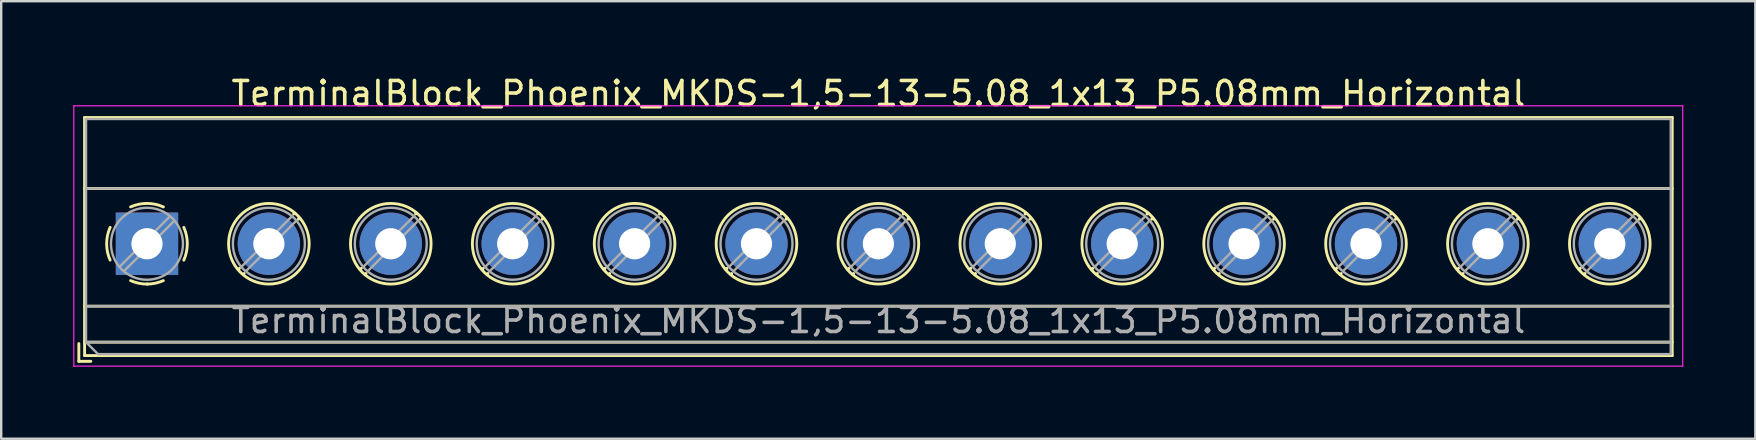
<source format=kicad_pcb>
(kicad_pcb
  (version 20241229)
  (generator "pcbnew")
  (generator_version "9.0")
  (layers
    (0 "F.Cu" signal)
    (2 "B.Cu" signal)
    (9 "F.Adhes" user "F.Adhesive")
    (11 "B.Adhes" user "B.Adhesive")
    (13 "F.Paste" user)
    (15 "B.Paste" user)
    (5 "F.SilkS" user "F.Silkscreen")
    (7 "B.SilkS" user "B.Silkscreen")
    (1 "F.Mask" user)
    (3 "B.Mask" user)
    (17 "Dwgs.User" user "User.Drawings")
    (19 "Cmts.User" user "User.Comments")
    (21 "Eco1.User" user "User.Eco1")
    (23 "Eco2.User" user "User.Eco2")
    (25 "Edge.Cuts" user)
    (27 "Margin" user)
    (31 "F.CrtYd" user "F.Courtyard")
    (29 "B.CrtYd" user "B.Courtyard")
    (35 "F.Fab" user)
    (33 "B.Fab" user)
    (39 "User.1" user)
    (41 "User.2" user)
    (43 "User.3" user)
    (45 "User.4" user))
  (footprint "TerminalBlock_Phoenix_MKDS-1,5-13-5.08_1x13_P5.08mm_Horizontal"
    (layer "F.Cu")
    (at 3.075 7.108)
    (property "Reference" "TerminalBlock_Phoenix_MKDS-1,5-13-5.08_1x13_P5.08mm_Horizontal" (at 30.48 -6.26 0) (layer "F.SilkS") (effects (font (size 1 1) (thickness 0.15))))
    (attr through_hole)
    (fp_line (start -2.84 4.16) (end -2.84 4.9) (stroke (width 0.12) (type solid)) (layer "F.SilkS"))
    (fp_line (start -2.84 4.9) (end -2.34 4.9) (stroke (width 0.12) (type solid)) (layer "F.SilkS"))
    (fp_line (start -2.6 -5.261) (end -2.6 4.66) (stroke (width 0.12) (type solid)) (layer "F.SilkS"))
    (fp_line (start -2.6 -5.261) (end 63.561 -5.261) (stroke (width 0.12) (type solid)) (layer "F.SilkS"))
    (fp_line (start -2.6 -2.301) (end 63.561 -2.301) (stroke (width 0.12) (type solid)) (layer "F.SilkS"))
    (fp_line (start -2.6 2.6) (end 63.561 2.6) (stroke (width 0.12) (type solid)) (layer "F.SilkS"))
    (fp_line (start -2.6 4.1) (end 63.561 4.1) (stroke (width 0.12) (type solid)) (layer "F.SilkS"))
    (fp_line (start -2.6 4.66) (end 63.561 4.66) (stroke (width 0.12) (type solid)) (layer "F.SilkS"))
    (fp_line (start 3.853 1.023) (end 3.806 1.069) (stroke (width 0.12) (type solid)) (layer "F.SilkS"))
    (fp_line (start 4.046 1.239) (end 4.011 1.274) (stroke (width 0.12) (type solid)) (layer "F.SilkS"))
    (fp_line (start 6.15 -1.275) (end 6.115 -1.239) (stroke (width 0.12) (type solid)) (layer "F.SilkS"))
    (fp_line (start 6.355 -1.069) (end 6.308 -1.023) (stroke (width 0.12) (type solid)) (layer "F.SilkS"))
    (fp_line (start 8.933 1.023) (end 8.886 1.069) (stroke (width 0.12) (type solid)) (layer "F.SilkS"))
    (fp_line (start 9.126 1.239) (end 9.091 1.274) (stroke (width 0.12) (type solid)) (layer "F.SilkS"))
    (fp_line (start 11.23 -1.275) (end 11.195 -1.239) (stroke (width 0.12) (type solid)) (layer "F.SilkS"))
    (fp_line (start 11.435 -1.069) (end 11.388 -1.023) (stroke (width 0.12) (type solid)) (layer "F.SilkS"))
    (fp_line (start 14.013 1.023) (end 13.966 1.069) (stroke (width 0.12) (type solid)) (layer "F.SilkS"))
    (fp_line (start 14.206 1.239) (end 14.171 1.274) (stroke (width 0.12) (type solid)) (layer "F.SilkS"))
    (fp_line (start 16.31 -1.275) (end 16.275 -1.239) (stroke (width 0.12) (type solid)) (layer "F.SilkS"))
    (fp_line (start 16.515 -1.069) (end 16.468 -1.023) (stroke (width 0.12) (type solid)) (layer "F.SilkS"))
    (fp_line (start 19.093 1.023) (end 19.046 1.069) (stroke (width 0.12) (type solid)) (layer "F.SilkS"))
    (fp_line (start 19.286 1.239) (end 19.251 1.274) (stroke (width 0.12) (type solid)) (layer "F.SilkS"))
    (fp_line (start 21.39 -1.275) (end 21.355 -1.239) (stroke (width 0.12) (type solid)) (layer "F.SilkS"))
    (fp_line (start 21.595 -1.069) (end 21.548 -1.023) (stroke (width 0.12) (type solid)) (layer "F.SilkS"))
    (fp_line (start 24.173 1.023) (end 24.126 1.069) (stroke (width 0.12) (type solid)) (layer "F.SilkS"))
    (fp_line (start 24.366 1.239) (end 24.331 1.274) (stroke (width 0.12) (type solid)) (layer "F.SilkS"))
    (fp_line (start 26.47 -1.275) (end 26.435 -1.239) (stroke (width 0.12) (type solid)) (layer "F.SilkS"))
    (fp_line (start 26.675 -1.069) (end 26.628 -1.023) (stroke (width 0.12) (type solid)) (layer "F.SilkS"))
    (fp_line (start 29.253 1.023) (end 29.206 1.069) (stroke (width 0.12) (type solid)) (layer "F.SilkS"))
    (fp_line (start 29.446 1.239) (end 29.411 1.274) (stroke (width 0.12) (type solid)) (layer "F.SilkS"))
    (fp_line (start 31.55 -1.275) (end 31.515 -1.239) (stroke (width 0.12) (type solid)) (layer "F.SilkS"))
    (fp_line (start 31.755 -1.069) (end 31.708 -1.023) (stroke (width 0.12) (type solid)) (layer "F.SilkS"))
    (fp_line (start 34.333 1.023) (end 34.286 1.069) (stroke (width 0.12) (type solid)) (layer "F.SilkS"))
    (fp_line (start 34.526 1.239) (end 34.491 1.274) (stroke (width 0.12) (type solid)) (layer "F.SilkS"))
    (fp_line (start 36.63 -1.275) (end 36.595 -1.239) (stroke (width 0.12) (type solid)) (layer "F.SilkS"))
    (fp_line (start 36.835 -1.069) (end 36.788 -1.023) (stroke (width 0.12) (type solid)) (layer "F.SilkS"))
    (fp_line (start 39.413 1.023) (end 39.366 1.069) (stroke (width 0.12) (type solid)) (layer "F.SilkS"))
    (fp_line (start 39.606 1.239) (end 39.571 1.274) (stroke (width 0.12) (type solid)) (layer "F.SilkS"))
    (fp_line (start 41.71 -1.275) (end 41.675 -1.239) (stroke (width 0.12) (type solid)) (layer "F.SilkS"))
    (fp_line (start 41.915 -1.069) (end 41.868 -1.023) (stroke (width 0.12) (type solid)) (layer "F.SilkS"))
    (fp_line (start 44.493 1.023) (end 44.446 1.069) (stroke (width 0.12) (type solid)) (layer "F.SilkS"))
    (fp_line (start 44.686 1.239) (end 44.651 1.274) (stroke (width 0.12) (type solid)) (layer "F.SilkS"))
    (fp_line (start 46.79 -1.275) (end 46.755 -1.239) (stroke (width 0.12) (type solid)) (layer "F.SilkS"))
    (fp_line (start 46.995 -1.069) (end 46.948 -1.023) (stroke (width 0.12) (type solid)) (layer "F.SilkS"))
    (fp_line (start 49.573 1.023) (end 49.526 1.069) (stroke (width 0.12) (type solid)) (layer "F.SilkS"))
    (fp_line (start 49.766 1.239) (end 49.731 1.274) (stroke (width 0.12) (type solid)) (layer "F.SilkS"))
    (fp_line (start 51.87 -1.275) (end 51.835 -1.239) (stroke (width 0.12) (type solid)) (layer "F.SilkS"))
    (fp_line (start 52.075 -1.069) (end 52.028 -1.023) (stroke (width 0.12) (type solid)) (layer "F.SilkS"))
    (fp_line (start 54.653 1.023) (end 54.606 1.069) (stroke (width 0.12) (type solid)) (layer "F.SilkS"))
    (fp_line (start 54.846 1.239) (end 54.811 1.274) (stroke (width 0.12) (type solid)) (layer "F.SilkS"))
    (fp_line (start 56.95 -1.275) (end 56.915 -1.239) (stroke (width 0.12) (type solid)) (layer "F.SilkS"))
    (fp_line (start 57.155 -1.069) (end 57.108 -1.023) (stroke (width 0.12) (type solid)) (layer "F.SilkS"))
    (fp_line (start 59.733 1.023) (end 59.686 1.069) (stroke (width 0.12) (type solid)) (layer "F.SilkS"))
    (fp_line (start 59.926 1.239) (end 59.891 1.274) (stroke (width 0.12) (type solid)) (layer "F.SilkS"))
    (fp_line (start 62.03 -1.275) (end 61.995 -1.239) (stroke (width 0.12) (type solid)) (layer "F.SilkS"))
    (fp_line (start 62.235 -1.069) (end 62.188 -1.023) (stroke (width 0.12) (type solid)) (layer "F.SilkS"))
    (fp_line (start 63.561 -5.261) (end 63.561 4.66) (stroke (width 0.12) (type solid)) (layer "F.SilkS"))
    (fp_arc (start -1.535427 0.683042) (mid -1.680501 -0.000524) (end -1.535 -0.684) (stroke (width 0.12) (type solid)) (layer "F.SilkS"))
    (fp_arc (start -0.683042 -1.535427) (mid 0.000524 -1.680501) (end 0.684 -1.535) (stroke (width 0.12) (type solid)) (layer "F.SilkS"))
    (fp_arc (start 0.028805 1.680253) (mid -0.335551 1.646659) (end -0.684 1.535) (stroke (width 0.12) (type solid)) (layer "F.SilkS"))
    (fp_arc (start 0.683318 1.534756) (mid 0.349292 1.643288) (end 0 1.68) (stroke (width 0.12) (type solid)) (layer "F.SilkS"))
    (fp_arc (start 1.535427 -0.683042) (mid 1.680501 0.000524) (end 1.535 0.684) (stroke (width 0.12) (type solid)) (layer "F.SilkS"))
    (fp_circle (center 5.08 0) (end 6.76 0) (stroke (width 0.12) (type solid)) (fill no) (layer "F.SilkS"))
    (fp_circle (center 10.16 0) (end 11.84 0) (stroke (width 0.12) (type solid)) (fill no) (layer "F.SilkS"))
    (fp_circle (center 15.24 0) (end 16.92 0) (stroke (width 0.12) (type solid)) (fill no) (layer "F.SilkS"))
    (fp_circle (center 20.32 0) (end 22 0) (stroke (width 0.12) (type solid)) (fill no) (layer "F.SilkS"))
    (fp_circle (center 25.4 0) (end 27.08 0) (stroke (width 0.12) (type solid)) (fill no) (layer "F.SilkS"))
    (fp_circle (center 30.48 0) (end 32.16 0) (stroke (width 0.12) (type solid)) (fill no) (layer "F.SilkS"))
    (fp_circle (center 35.56 0) (end 37.24 0) (stroke (width 0.12) (type solid)) (fill no) (layer "F.SilkS"))
    (fp_circle (center 40.64 0) (end 42.32 0) (stroke (width 0.12) (type solid)) (fill no) (layer "F.SilkS"))
    (fp_circle (center 45.72 0) (end 47.4 0) (stroke (width 0.12) (type solid)) (fill no) (layer "F.SilkS"))
    (fp_circle (center 50.8 0) (end 52.48 0) (stroke (width 0.12) (type solid)) (fill no) (layer "F.SilkS"))
    (fp_circle (center 55.88 0) (end 57.56 0) (stroke (width 0.12) (type solid)) (fill no) (layer "F.SilkS"))
    (fp_circle (center 60.96 0) (end 62.64 0) (stroke (width 0.12) (type solid)) (fill no) (layer "F.SilkS"))
    (fp_line (start -3.05 -5.75) (end -3.05 5.1) (stroke (width 0.05) (type solid)) (layer "F.CrtYd"))
    (fp_line (start -3.05 5.1) (end 64 5.1) (stroke (width 0.05) (type solid)) (layer "F.CrtYd"))
    (fp_line (start 64 -5.75) (end -3.05 -5.75) (stroke (width 0.05) (type solid)) (layer "F.CrtYd"))
    (fp_line (start 64 5.1) (end 64 -5.75) (stroke (width 0.05) (type solid)) (layer "F.CrtYd"))
    (fp_line (start -2.54 -5.2) (end 63.5 -5.2) (stroke (width 0.1) (type solid)) (layer "F.Fab"))
    (fp_line (start -2.54 -2.3) (end 63.5 -2.3) (stroke (width 0.1) (type solid)) (layer "F.Fab"))
    (fp_line (start -2.54 2.6) (end 63.5 2.6) (stroke (width 0.1) (type solid)) (layer "F.Fab"))
    (fp_line (start -2.54 4.1) (end -2.54 -5.2) (stroke (width 0.1) (type solid)) (layer "F.Fab"))
    (fp_line (start -2.54 4.1) (end 63.5 4.1) (stroke (width 0.1) (type solid)) (layer "F.Fab"))
    (fp_line (start -2.04 4.6) (end -2.54 4.1) (stroke (width 0.1) (type solid)) (layer "F.Fab"))
    (fp_line (start 0.955 -1.138) (end -1.138 0.955) (stroke (width 0.1) (type solid)) (layer "F.Fab"))
    (fp_line (start 1.138 -0.955) (end -0.955 1.138) (stroke (width 0.1) (type solid)) (layer "F.Fab"))
    (fp_line (start 6.035 -1.138) (end 3.943 0.955) (stroke (width 0.1) (type solid)) (layer "F.Fab"))
    (fp_line (start 6.218 -0.955) (end 4.126 1.138) (stroke (width 0.1) (type solid)) (layer "F.Fab"))
    (fp_line (start 11.115 -1.138) (end 9.023 0.955) (stroke (width 0.1) (type solid)) (layer "F.Fab"))
    (fp_line (start 11.298 -0.955) (end 9.206 1.138) (stroke (width 0.1) (type solid)) (layer "F.Fab"))
    (fp_line (start 16.195 -1.138) (end 14.103 0.955) (stroke (width 0.1) (type solid)) (layer "F.Fab"))
    (fp_line (start 16.378 -0.955) (end 14.286 1.138) (stroke (width 0.1) (type solid)) (layer "F.Fab"))
    (fp_line (start 21.275 -1.138) (end 19.183 0.955) (stroke (width 0.1) (type solid)) (layer "F.Fab"))
    (fp_line (start 21.458 -0.955) (end 19.366 1.138) (stroke (width 0.1) (type solid)) (layer "F.Fab"))
    (fp_line (start 26.355 -1.138) (end 24.263 0.955) (stroke (width 0.1) (type solid)) (layer "F.Fab"))
    (fp_line (start 26.538 -0.955) (end 24.446 1.138) (stroke (width 0.1) (type solid)) (layer "F.Fab"))
    (fp_line (start 31.435 -1.138) (end 29.343 0.955) (stroke (width 0.1) (type solid)) (layer "F.Fab"))
    (fp_line (start 31.618 -0.955) (end 29.526 1.138) (stroke (width 0.1) (type solid)) (layer "F.Fab"))
    (fp_line (start 36.515 -1.138) (end 34.423 0.955) (stroke (width 0.1) (type solid)) (layer "F.Fab"))
    (fp_line (start 36.698 -0.955) (end 34.606 1.138) (stroke (width 0.1) (type solid)) (layer "F.Fab"))
    (fp_line (start 41.595 -1.138) (end 39.503 0.955) (stroke (width 0.1) (type solid)) (layer "F.Fab"))
    (fp_line (start 41.778 -0.955) (end 39.686 1.138) (stroke (width 0.1) (type solid)) (layer "F.Fab"))
    (fp_line (start 46.675 -1.138) (end 44.583 0.955) (stroke (width 0.1) (type solid)) (layer "F.Fab"))
    (fp_line (start 46.858 -0.955) (end 44.766 1.138) (stroke (width 0.1) (type solid)) (layer "F.Fab"))
    (fp_line (start 51.755 -1.138) (end 49.663 0.955) (stroke (width 0.1) (type solid)) (layer "F.Fab"))
    (fp_line (start 51.938 -0.955) (end 49.846 1.138) (stroke (width 0.1) (type solid)) (layer "F.Fab"))
    (fp_line (start 56.835 -1.138) (end 54.743 0.955) (stroke (width 0.1) (type solid)) (layer "F.Fab"))
    (fp_line (start 57.018 -0.955) (end 54.926 1.138) (stroke (width 0.1) (type solid)) (layer "F.Fab"))
    (fp_line (start 61.915 -1.138) (end 59.823 0.955) (stroke (width 0.1) (type solid)) (layer "F.Fab"))
    (fp_line (start 62.098 -0.955) (end 60.006 1.138) (stroke (width 0.1) (type solid)) (layer "F.Fab"))
    (fp_line (start 63.5 -5.2) (end 63.5 4.6) (stroke (width 0.1) (type solid)) (layer "F.Fab"))
    (fp_line (start 63.5 4.6) (end -2.04 4.6) (stroke (width 0.1) (type solid)) (layer "F.Fab"))
    (fp_circle (center 0 0) (end 1.5 0) (stroke (width 0.1) (type solid)) (fill no) (layer "F.Fab"))
    (fp_circle (center 5.08 0) (end 6.58 0) (stroke (width 0.1) (type solid)) (fill no) (layer "F.Fab"))
    (fp_circle (center 10.16 0) (end 11.66 0) (stroke (width 0.1) (type solid)) (fill no) (layer "F.Fab"))
    (fp_circle (center 15.24 0) (end 16.74 0) (stroke (width 0.1) (type solid)) (fill no) (layer "F.Fab"))
    (fp_circle (center 20.32 0) (end 21.82 0) (stroke (width 0.1) (type solid)) (fill no) (layer "F.Fab"))
    (fp_circle (center 25.4 0) (end 26.9 0) (stroke (width 0.1) (type solid)) (fill no) (layer "F.Fab"))
    (fp_circle (center 30.48 0) (end 31.98 0) (stroke (width 0.1) (type solid)) (fill no) (layer "F.Fab"))
    (fp_circle (center 35.56 0) (end 37.06 0) (stroke (width 0.1) (type solid)) (fill no) (layer "F.Fab"))
    (fp_circle (center 40.64 0) (end 42.14 0) (stroke (width 0.1) (type solid)) (fill no) (layer "F.Fab"))
    (fp_circle (center 45.72 0) (end 47.22 0) (stroke (width 0.1) (type solid)) (fill no) (layer "F.Fab"))
    (fp_circle (center 50.8 0) (end 52.3 0) (stroke (width 0.1) (type solid)) (fill no) (layer "F.Fab"))
    (fp_circle (center 55.88 0) (end 57.38 0) (stroke (width 0.1) (type solid)) (fill no) (layer "F.Fab"))
    (fp_circle (center 60.96 0) (end 62.46 0) (stroke (width 0.1) (type solid)) (fill no) (layer "F.Fab"))
    (fp_text user "${REFERENCE}" (at 30.48 3.2 0) (layer "F.Fab") (effects (font (size 1 1) (thickness 0.15))))
    (pad "1" thru_hole rect (at 0 0) (size 2.6 2.6) (drill 1.3) (layers "*.Cu" "*.Mask"))
    (pad "2" thru_hole circle (at 5.08 0) (size 2.6 2.6) (drill 1.3) (layers "*.Cu" "*.Mask"))
    (pad "3" thru_hole circle (at 10.16 0) (size 2.6 2.6) (drill 1.3) (layers "*.Cu" "*.Mask"))
    (pad "4" thru_hole circle (at 15.24 0) (size 2.6 2.6) (drill 1.3) (layers "*.Cu" "*.Mask"))
    (pad "5" thru_hole circle (at 20.32 0) (size 2.6 2.6) (drill 1.3) (layers "*.Cu" "*.Mask"))
    (pad "6" thru_hole circle (at 25.4 0) (size 2.6 2.6) (drill 1.3) (layers "*.Cu" "*.Mask"))
    (pad "7" thru_hole circle (at 30.48 0) (size 2.6 2.6) (drill 1.3) (layers "*.Cu" "*.Mask"))
    (pad "8" thru_hole circle (at 35.56 0) (size 2.6 2.6) (drill 1.3) (layers "*.Cu" "*.Mask"))
    (pad "9" thru_hole circle (at 40.64 0) (size 2.6 2.6) (drill 1.3) (layers "*.Cu" "*.Mask"))
    (pad "10" thru_hole circle (at 45.72 0) (size 2.6 2.6) (drill 1.3) (layers "*.Cu" "*.Mask"))
    (pad "11" thru_hole circle (at 50.8 0) (size 2.6 2.6) (drill 1.3) (layers "*.Cu" "*.Mask"))
    (pad "12" thru_hole circle (at 55.88 0) (size 2.6 2.6) (drill 1.3) (layers "*.Cu" "*.Mask"))
    (pad "13" thru_hole circle (at 60.96 0) (size 2.6 2.6) (drill 1.3) (layers "*.Cu" "*.Mask")))
  (gr_rect
    (start -3 -3)
    (end 70.1 15.233)
    (stroke (width 0.1) (type default))
    (fill no)
    (layer "Edge.Cuts")))
</source>
